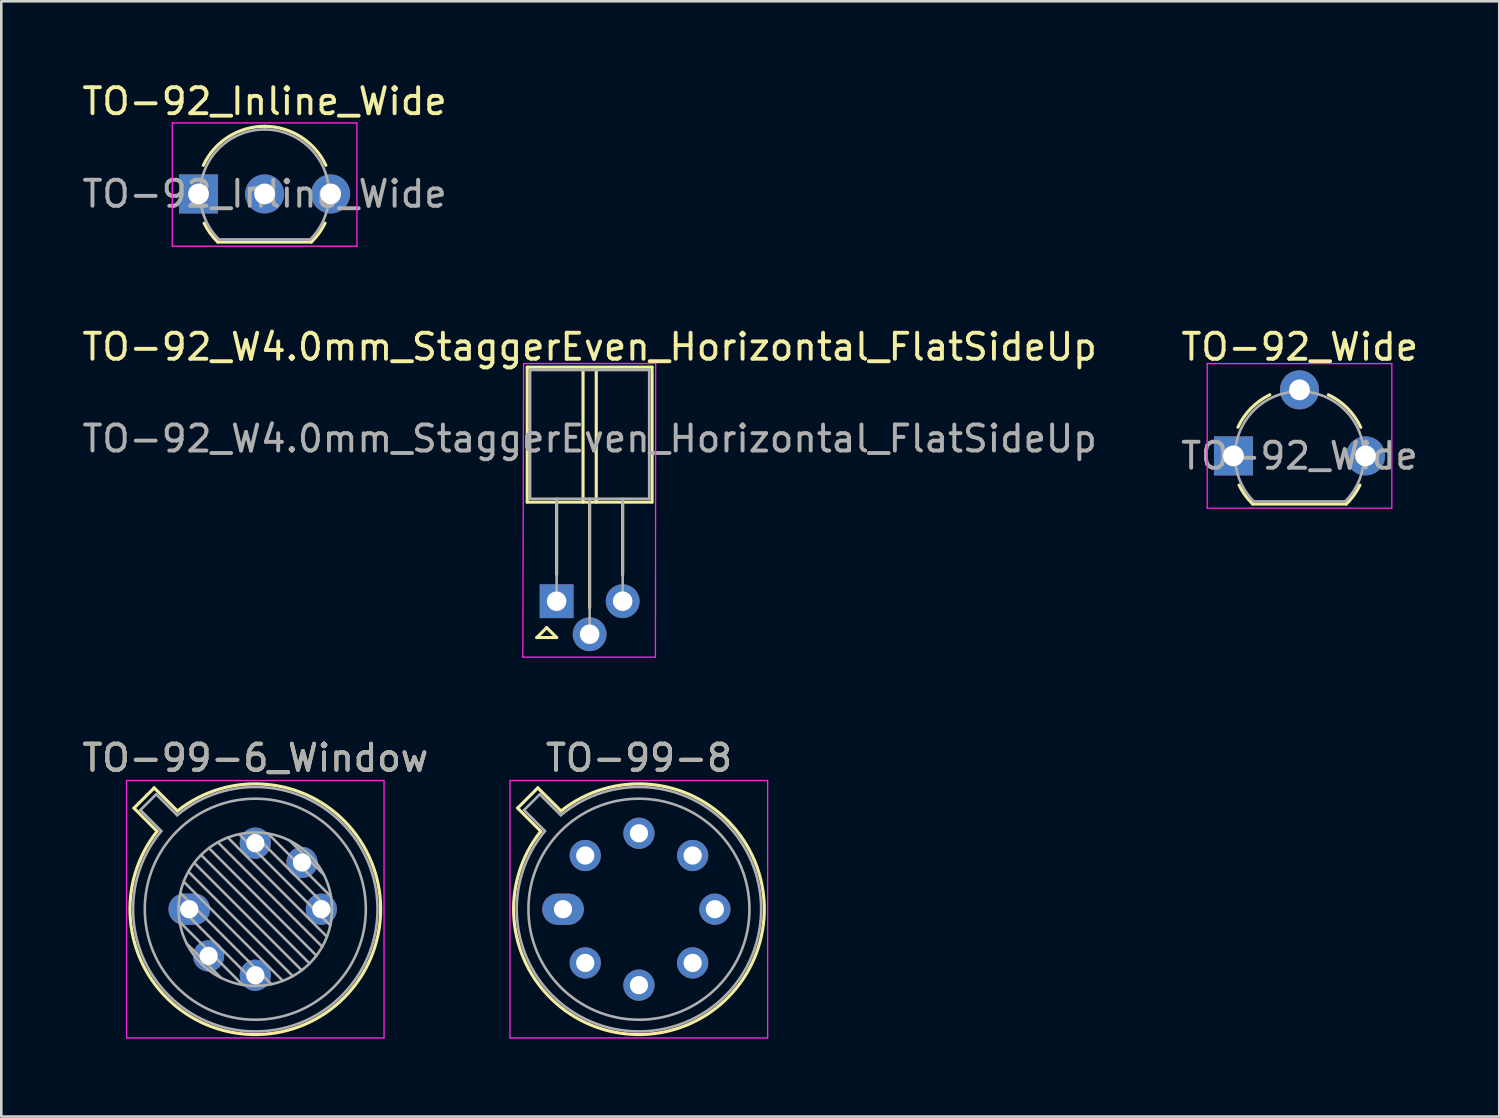
<source format=kicad_pcb>
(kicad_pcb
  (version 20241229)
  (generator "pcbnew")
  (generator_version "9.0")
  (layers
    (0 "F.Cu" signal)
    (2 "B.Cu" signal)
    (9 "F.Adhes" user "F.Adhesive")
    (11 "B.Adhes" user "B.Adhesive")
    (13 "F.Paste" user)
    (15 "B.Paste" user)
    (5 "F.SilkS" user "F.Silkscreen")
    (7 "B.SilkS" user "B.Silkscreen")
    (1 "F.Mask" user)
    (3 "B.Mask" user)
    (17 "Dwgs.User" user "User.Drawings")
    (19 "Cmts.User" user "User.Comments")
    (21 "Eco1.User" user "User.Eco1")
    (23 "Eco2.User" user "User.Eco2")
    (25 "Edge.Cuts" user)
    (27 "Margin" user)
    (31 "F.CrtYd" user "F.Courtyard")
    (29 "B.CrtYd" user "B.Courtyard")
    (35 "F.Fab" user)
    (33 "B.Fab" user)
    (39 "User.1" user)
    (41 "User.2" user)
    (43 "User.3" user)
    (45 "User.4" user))
  (footprint "TO-99-6_Window"
    (layer "F.Cu")
    (at 4.228 31.914)
    (property "Reference" "TO-99-6_Window" (at 2.54 -5.82 0) (layer "F.SilkS") (effects (font (size 1 1) (thickness 0.15))))
    (attr through_hole)
    (fp_line (start -2.126 -3.888) (end -1.235 -2.997) (stroke (width 0.12) (type solid)) (layer "F.SilkS"))
    (fp_line (start -1.348 -4.666) (end -2.126 -3.888) (stroke (width 0.12) (type solid)) (layer "F.SilkS"))
    (fp_line (start -0.457 -3.775) (end -1.348 -4.666) (stroke (width 0.12) (type solid)) (layer "F.SilkS"))
    (fp_arc (start -0.457084 -3.774902) (mid 5.948125 3.408384) (end -1.234674 -2.997371) (stroke (width 0.12) (type solid)) (layer "F.SilkS"))
    (fp_line (start -2.41 -4.95) (end -2.41 4.95) (stroke (width 0.05) (type solid)) (layer "F.CrtYd"))
    (fp_line (start -2.41 4.95) (end 7.49 4.95) (stroke (width 0.05) (type solid)) (layer "F.CrtYd"))
    (fp_line (start 7.49 -4.95) (end -2.41 -4.95) (stroke (width 0.05) (type solid)) (layer "F.CrtYd"))
    (fp_line (start 7.49 4.95) (end 7.49 -4.95) (stroke (width 0.05) (type solid)) (layer "F.CrtYd"))
    (fp_line (start -1.88 -3.812) (end -1.074 -3.005) (stroke (width 0.1) (type solid)) (layer "F.Fab"))
    (fp_line (start -1.272 -4.42) (end -1.88 -3.812) (stroke (width 0.1) (type solid)) (layer "F.Fab"))
    (fp_line (start -0.465 -3.614) (end -1.272 -4.42) (stroke (width 0.1) (type solid)) (layer "F.Fab"))
    (fp_line (start -0.408 -0.12) (end 2.66 2.948) (stroke (width 0.1) (type solid)) (layer "F.Fab"))
    (fp_line (start -0.371 0.485) (end 2.055 2.911) (stroke (width 0.1) (type solid)) (layer "F.Fab"))
    (fp_line (start -0.344 -0.622) (end 3.162 2.884) (stroke (width 0.1) (type solid)) (layer "F.Fab"))
    (fp_line (start -0.215 -1.058) (end 3.598 2.755) (stroke (width 0.1) (type solid)) (layer "F.Fab"))
    (fp_line (start -0.097 1.324) (end 1.216 2.637) (stroke (width 0.1) (type solid)) (layer "F.Fab"))
    (fp_line (start -0.034 -1.443) (end 3.983 2.574) (stroke (width 0.1) (type solid)) (layer "F.Fab"))
    (fp_line (start 0.19 -1.784) (end 4.324 2.35) (stroke (width 0.1) (type solid)) (layer "F.Fab"))
    (fp_line (start 0.454 -2.086) (end 4.626 2.086) (stroke (width 0.1) (type solid)) (layer "F.Fab"))
    (fp_line (start 0.756 -2.35) (end 4.89 1.784) (stroke (width 0.1) (type solid)) (layer "F.Fab"))
    (fp_line (start 1.097 -2.574) (end 5.114 1.443) (stroke (width 0.1) (type solid)) (layer "F.Fab"))
    (fp_line (start 1.482 -2.755) (end 5.295 1.058) (stroke (width 0.1) (type solid)) (layer "F.Fab"))
    (fp_line (start 1.918 -2.884) (end 5.424 0.622) (stroke (width 0.1) (type solid)) (layer "F.Fab"))
    (fp_line (start 2.42 -2.948) (end 5.488 0.12) (stroke (width 0.1) (type solid)) (layer "F.Fab"))
    (fp_line (start 3.025 -2.911) (end 5.451 -0.485) (stroke (width 0.1) (type solid)) (layer "F.Fab"))
    (fp_line (start 3.864 -2.637) (end 5.177 -1.324) (stroke (width 0.1) (type solid)) (layer "F.Fab"))
    (fp_arc (start -0.465408 -3.61352) (mid 5.863443 3.323361) (end -1.073594 -3.005319) (stroke (width 0.1) (type solid)) (layer "F.Fab"))
    (fp_circle (center 2.54 0) (end 5.49 0) (stroke (width 0.1) (type solid)) (fill no) (layer "F.Fab"))
    (fp_circle (center 2.54 0) (end 6.79 0) (stroke (width 0.1) (type solid)) (fill no) (layer "F.Fab"))
    (fp_text user "${REFERENCE}" (at 2.54 -5.82 0) (layer "F.Fab") (effects (font (size 1 1) (thickness 0.15))))
    (pad "1" thru_hole oval (at 0 0) (size 1.6 1.2) (drill 0.7) (layers "*.Cu" "*.Mask"))
    (pad "2" thru_hole oval (at 0.744 1.796) (size 1.2 1.2) (drill 0.7) (layers "*.Cu" "*.Mask"))
    (pad "3" thru_hole oval (at 2.54 2.54) (size 1.2 1.2) (drill 0.7) (layers "*.Cu" "*.Mask"))
    (pad "4" thru_hole oval (at 5.08 0) (size 1.2 1.2) (drill 0.7) (layers "*.Cu" "*.Mask"))
    (pad "5" thru_hole oval (at 4.336 -1.796) (size 1.2 1.2) (drill 0.7) (layers "*.Cu" "*.Mask"))
    (pad "6" thru_hole oval (at 2.54 -2.54) (size 1.2 1.2) (drill 0.7) (layers "*.Cu" "*.Mask")))
  (footprint "TO-99-8"
    (layer "F.Cu")
    (at 18.601 31.914)
    (property "Reference" "TO-99-8" (at 2.92 -5.82 0) (layer "F.SilkS") (effects (font (size 1 1) (thickness 0.15))))
    (attr through_hole)
    (fp_line (start -1.746 -3.888) (end -0.855 -2.997) (stroke (width 0.12) (type solid)) (layer "F.SilkS"))
    (fp_line (start -0.968 -4.666) (end -1.746 -3.888) (stroke (width 0.12) (type solid)) (layer "F.SilkS"))
    (fp_line (start -0.077 -3.775) (end -0.968 -4.666) (stroke (width 0.12) (type solid)) (layer "F.SilkS"))
    (fp_arc (start -0.077084 -3.774902) (mid 6.328125 3.408384) (end -0.854674 -2.997371) (stroke (width 0.12) (type solid)) (layer "F.SilkS"))
    (fp_line (start -2.04 -4.95) (end -2.04 4.95) (stroke (width 0.05) (type solid)) (layer "F.CrtYd"))
    (fp_line (start -2.04 4.95) (end 7.87 4.95) (stroke (width 0.05) (type solid)) (layer "F.CrtYd"))
    (fp_line (start 7.87 -4.95) (end -2.04 -4.95) (stroke (width 0.05) (type solid)) (layer "F.CrtYd"))
    (fp_line (start 7.87 4.95) (end 7.87 -4.95) (stroke (width 0.05) (type solid)) (layer "F.CrtYd"))
    (fp_line (start -1.5 -3.812) (end -0.694 -3.005) (stroke (width 0.1) (type solid)) (layer "F.Fab"))
    (fp_line (start -0.892 -4.42) (end -1.5 -3.812) (stroke (width 0.1) (type solid)) (layer "F.Fab"))
    (fp_line (start -0.085 -3.614) (end -0.892 -4.42) (stroke (width 0.1) (type solid)) (layer "F.Fab"))
    (fp_arc (start -0.085408 -3.61352) (mid 6.243443 3.323361) (end -0.693594 -3.005319) (stroke (width 0.1) (type solid)) (layer "F.Fab"))
    (fp_circle (center 2.92 0) (end 7.17 0) (stroke (width 0.1) (type solid)) (fill no) (layer "F.Fab"))
    (fp_text user "${REFERENCE}" (at 2.92 -5.82 0) (layer "F.Fab") (effects (font (size 1 1) (thickness 0.15))))
    (pad "1" thru_hole oval (at 0 0) (size 1.6 1.2) (drill 0.7) (layers "*.Cu" "*.Mask"))
    (pad "2" thru_hole oval (at 0.855 2.065) (size 1.2 1.2) (drill 0.7) (layers "*.Cu" "*.Mask"))
    (pad "3" thru_hole oval (at 2.92 2.92) (size 1.2 1.2) (drill 0.7) (layers "*.Cu" "*.Mask"))
    (pad "4" thru_hole oval (at 4.985 2.065) (size 1.2 1.2) (drill 0.7) (layers "*.Cu" "*.Mask"))
    (pad "5" thru_hole oval (at 5.84 0) (size 1.2 1.2) (drill 0.7) (layers "*.Cu" "*.Mask"))
    (pad "6" thru_hole oval (at 4.985 -2.065) (size 1.2 1.2) (drill 0.7) (layers "*.Cu" "*.Mask"))
    (pad "7" thru_hole oval (at 2.92 -2.92) (size 1.2 1.2) (drill 0.7) (layers "*.Cu" "*.Mask"))
    (pad "8" thru_hole oval (at 0.855 -2.065) (size 1.2 1.2) (drill 0.7) (layers "*.Cu" "*.Mask")))
  (footprint "TO-92_Inline_Wide"
    (layer "F.Cu")
    (at 4.585 4.408)
    (property "Reference" "TO-92_Inline_Wide" (at 2.54 -3.56 0) (layer "F.SilkS") (effects (font (size 1 1) (thickness 0.15))))
    (attr through_hole)
    (fp_line (start 0.74 1.85) (end 4.34 1.85) (stroke (width 0.12) (type solid)) (layer "F.SilkS"))
    (fp_arc (start 0.1836 -1.098807) (mid 1.143021 -2.192817) (end 2.54 -2.6) (stroke (width 0.12) (type solid)) (layer "F.SilkS"))
    (fp_arc (start 0.74 1.85) (mid 0.446097 1.509328) (end 0.215816 1.122795) (stroke (width 0.12) (type solid)) (layer "F.SilkS"))
    (fp_arc (start 2.54 -2.6) (mid 3.936979 -2.192818) (end 4.8964 -1.098807) (stroke (width 0.12) (type solid)) (layer "F.SilkS"))
    (fp_arc (start 4.864184 1.122795) (mid 4.633903 1.509328) (end 4.34 1.85) (stroke (width 0.12) (type solid)) (layer "F.SilkS"))
    (fp_line (start -1.01 -2.73) (end -1.01 2.01) (stroke (width 0.05) (type solid)) (layer "F.CrtYd"))
    (fp_line (start -1.01 -2.73) (end 6.09 -2.73) (stroke (width 0.05) (type solid)) (layer "F.CrtYd"))
    (fp_line (start 6.09 2.01) (end -1.01 2.01) (stroke (width 0.05) (type solid)) (layer "F.CrtYd"))
    (fp_line (start 6.09 2.01) (end 6.09 -2.73) (stroke (width 0.05) (type solid)) (layer "F.CrtYd"))
    (fp_line (start 0.8 1.75) (end 4.3 1.75) (stroke (width 0.1) (type solid)) (layer "F.Fab"))
    (fp_arc (start 0.786375 1.753625) (mid 0.248779 -0.949055) (end 2.54 -2.48) (stroke (width 0.1) (type solid)) (layer "F.Fab"))
    (fp_arc (start 2.54 -2.48) (mid 4.831221 -0.949055) (end 4.293625 1.753625) (stroke (width 0.1) (type solid)) (layer "F.Fab"))
    (fp_text user "${REFERENCE}" (at 2.54 0 0) (layer "F.Fab") (effects (font (size 1 1) (thickness 0.15))))
    (pad "1" thru_hole rect (at 0 0) (size 1.5 1.5) (drill 0.8) (layers "*.Cu" "*.Mask"))
    (pad "2" thru_hole circle (at 2.54 0) (size 1.5 1.5) (drill 0.8) (layers "*.Cu" "*.Mask"))
    (pad "3" thru_hole circle (at 5.08 0) (size 1.5 1.5) (drill 0.8) (layers "*.Cu" "*.Mask")))
  (footprint "TO-92_W4.0mm_StaggerEven_Horizontal_FlatSideUp"
    (layer "F.Cu")
    (at 18.355 20.07)
    (property "Reference" "TO-92_W4.0mm_StaggerEven_Horizontal_FlatSideUp" (at 1.27 -9.779 0) (layer "F.SilkS") (effects (font (size 1 1) (thickness 0.15))))
    (attr through_hole)
    (fp_line (start -1.13 -9) (end -1.13 -3.81) (stroke (width 0.12) (type solid)) (layer "F.SilkS"))
    (fp_line (start -1.13 -3.81) (end 3.67 -3.81) (stroke (width 0.12) (type solid)) (layer "F.SilkS"))
    (fp_line (start -0.762 1.397) (end -0.381 1.016) (stroke (width 0.12) (type solid)) (layer "F.SilkS"))
    (fp_line (start -0.381 1.016) (end 0 1.397) (stroke (width 0.12) (type solid)) (layer "F.SilkS"))
    (fp_line (start 0 -1.02) (end 0 -3.81) (stroke (width 0.12) (type solid)) (layer "F.SilkS"))
    (fp_line (start 0 1.397) (end -0.762 1.397) (stroke (width 0.12) (type solid)) (layer "F.SilkS"))
    (fp_line (start 1.016 -3.81) (end 1.016 -8.89) (stroke (width 0.12) (type solid)) (layer "F.SilkS"))
    (fp_line (start 1.27 0.25) (end 1.27 -3.81) (stroke (width 0.12) (type solid)) (layer "F.SilkS"))
    (fp_line (start 1.524 -3.81) (end 1.524 -8.89) (stroke (width 0.12) (type solid)) (layer "F.SilkS"))
    (fp_line (start 2.54 -1.02) (end 2.54 -3.81) (stroke (width 0.12) (type solid)) (layer "F.SilkS"))
    (fp_line (start 3.67 -9) (end -1.13 -9) (stroke (width 0.12) (type solid)) (layer "F.SilkS"))
    (fp_line (start 3.67 -3.81) (end 3.67 -9) (stroke (width 0.12) (type solid)) (layer "F.SilkS"))
    (fp_line (start -1.27 -9.14) (end -1.3 2.15) (stroke (width 0.05) (type solid)) (layer "F.CrtYd"))
    (fp_line (start -1.27 -9.14) (end 3.81 -9.14) (stroke (width 0.05) (type solid)) (layer "F.CrtYd"))
    (fp_line (start 3.8 2.15) (end -1.3 2.15) (stroke (width 0.05) (type solid)) (layer "F.CrtYd"))
    (fp_line (start 3.8 2.15) (end 3.81 -9.14) (stroke (width 0.05) (type solid)) (layer "F.CrtYd"))
    (fp_line (start -1.02 -8.89) (end -1.02 -3.94) (stroke (width 0.1) (type solid)) (layer "F.Fab"))
    (fp_line (start -1.02 -3.94) (end 3.56 -3.94) (stroke (width 0.1) (type solid)) (layer "F.Fab"))
    (fp_line (start 0 -3.94) (end 0 0) (stroke (width 0.1) (type solid)) (layer "F.Fab"))
    (fp_line (start 1.27 -3.94) (end 1.27 1.27) (stroke (width 0.1) (type solid)) (layer "F.Fab"))
    (fp_line (start 2.54 -3.94) (end 2.54 0) (stroke (width 0.1) (type solid)) (layer "F.Fab"))
    (fp_line (start 3.56 -8.89) (end -1.02 -8.89) (stroke (width 0.1) (type solid)) (layer "F.Fab"))
    (fp_line (start 3.56 -3.94) (end 3.56 -8.89) (stroke (width 0.1) (type solid)) (layer "F.Fab"))
    (fp_text user "${REFERENCE}" (at 1.27 -6.25 0) (layer "F.Fab") (effects (font (size 1 1) (thickness 0.15))))
    (pad "1" thru_hole rect (at 0 0 270) (size 1.3 1.3) (drill 0.75) (layers "*.Cu" "*.Mask"))
    (pad "2" thru_hole circle (at 1.27 1.27 270) (size 1.3 1.3) (drill 0.75) (layers "*.Cu" "*.Mask"))
    (pad "3" thru_hole circle (at 2.54 0 270) (size 1.3 1.3) (drill 0.75) (layers "*.Cu" "*.Mask")))
  (footprint "TO-92_Wide"
    (layer "F.Cu")
    (at 44.383 14.482)
    (property "Reference" "TO-92_Wide" (at 2.55 -4.19 0) (layer "F.SilkS") (effects (font (size 1 1) (thickness 0.15))))
    (attr through_hole)
    (fp_line (start 0.74 1.85) (end 4.34 1.85) (stroke (width 0.12) (type solid)) (layer "F.SilkS"))
    (fp_arc (start 0.172801 -1.103842) (mid 0.678995 -1.832692) (end 1.4 -2.35) (stroke (width 0.12) (type solid)) (layer "F.SilkS"))
    (fp_arc (start 0.74 1.85) (mid 0.446097 1.509328) (end 0.215816 1.122795) (stroke (width 0.12) (type solid)) (layer "F.SilkS"))
    (fp_arc (start 3.65 -2.35) (mid 4.382279 -1.833196) (end 4.895458 -1.098371) (stroke (width 0.12) (type solid)) (layer "F.SilkS"))
    (fp_arc (start 4.864184 1.122795) (mid 4.633903 1.509328) (end 4.34 1.85) (stroke (width 0.12) (type solid)) (layer "F.SilkS"))
    (fp_line (start -1.01 -3.55) (end -1.01 2.01) (stroke (width 0.05) (type solid)) (layer "F.CrtYd"))
    (fp_line (start -1.01 -3.55) (end 6.09 -3.55) (stroke (width 0.05) (type solid)) (layer "F.CrtYd"))
    (fp_line (start 6.09 2.01) (end -1.01 2.01) (stroke (width 0.05) (type solid)) (layer "F.CrtYd"))
    (fp_line (start 6.09 2.01) (end 6.09 -3.55) (stroke (width 0.05) (type solid)) (layer "F.CrtYd"))
    (fp_line (start 0.8 1.75) (end 4.3 1.75) (stroke (width 0.1) (type solid)) (layer "F.Fab"))
    (fp_arc (start 0.786375 1.753625) (mid 0.248779 -0.949055) (end 2.54 -2.48) (stroke (width 0.1) (type solid)) (layer "F.Fab"))
    (fp_arc (start 2.54 -2.48) (mid 4.831221 -0.949055) (end 4.293625 1.753625) (stroke (width 0.1) (type solid)) (layer "F.Fab"))
    (fp_text user "${REFERENCE}" (at 2.54 0 0) (layer "F.Fab") (effects (font (size 1 1) (thickness 0.15))))
    (pad "1" thru_hole rect (at 0 0) (size 1.5 1.5) (drill 0.8) (layers "*.Cu" "*.Mask"))
    (pad "2" thru_hole circle (at 2.54 -2.54) (size 1.5 1.5) (drill 0.8) (layers "*.Cu" "*.Mask"))
    (pad "3" thru_hole circle (at 5.08 0) (size 1.5 1.5) (drill 0.8) (layers "*.Cu" "*.Mask")))
  (gr_rect
    (start -3 -3)
    (end 54.605 39.889)
    (stroke (width 0.1) (type default))
    (fill no)
    (layer "Edge.Cuts")))
</source>
